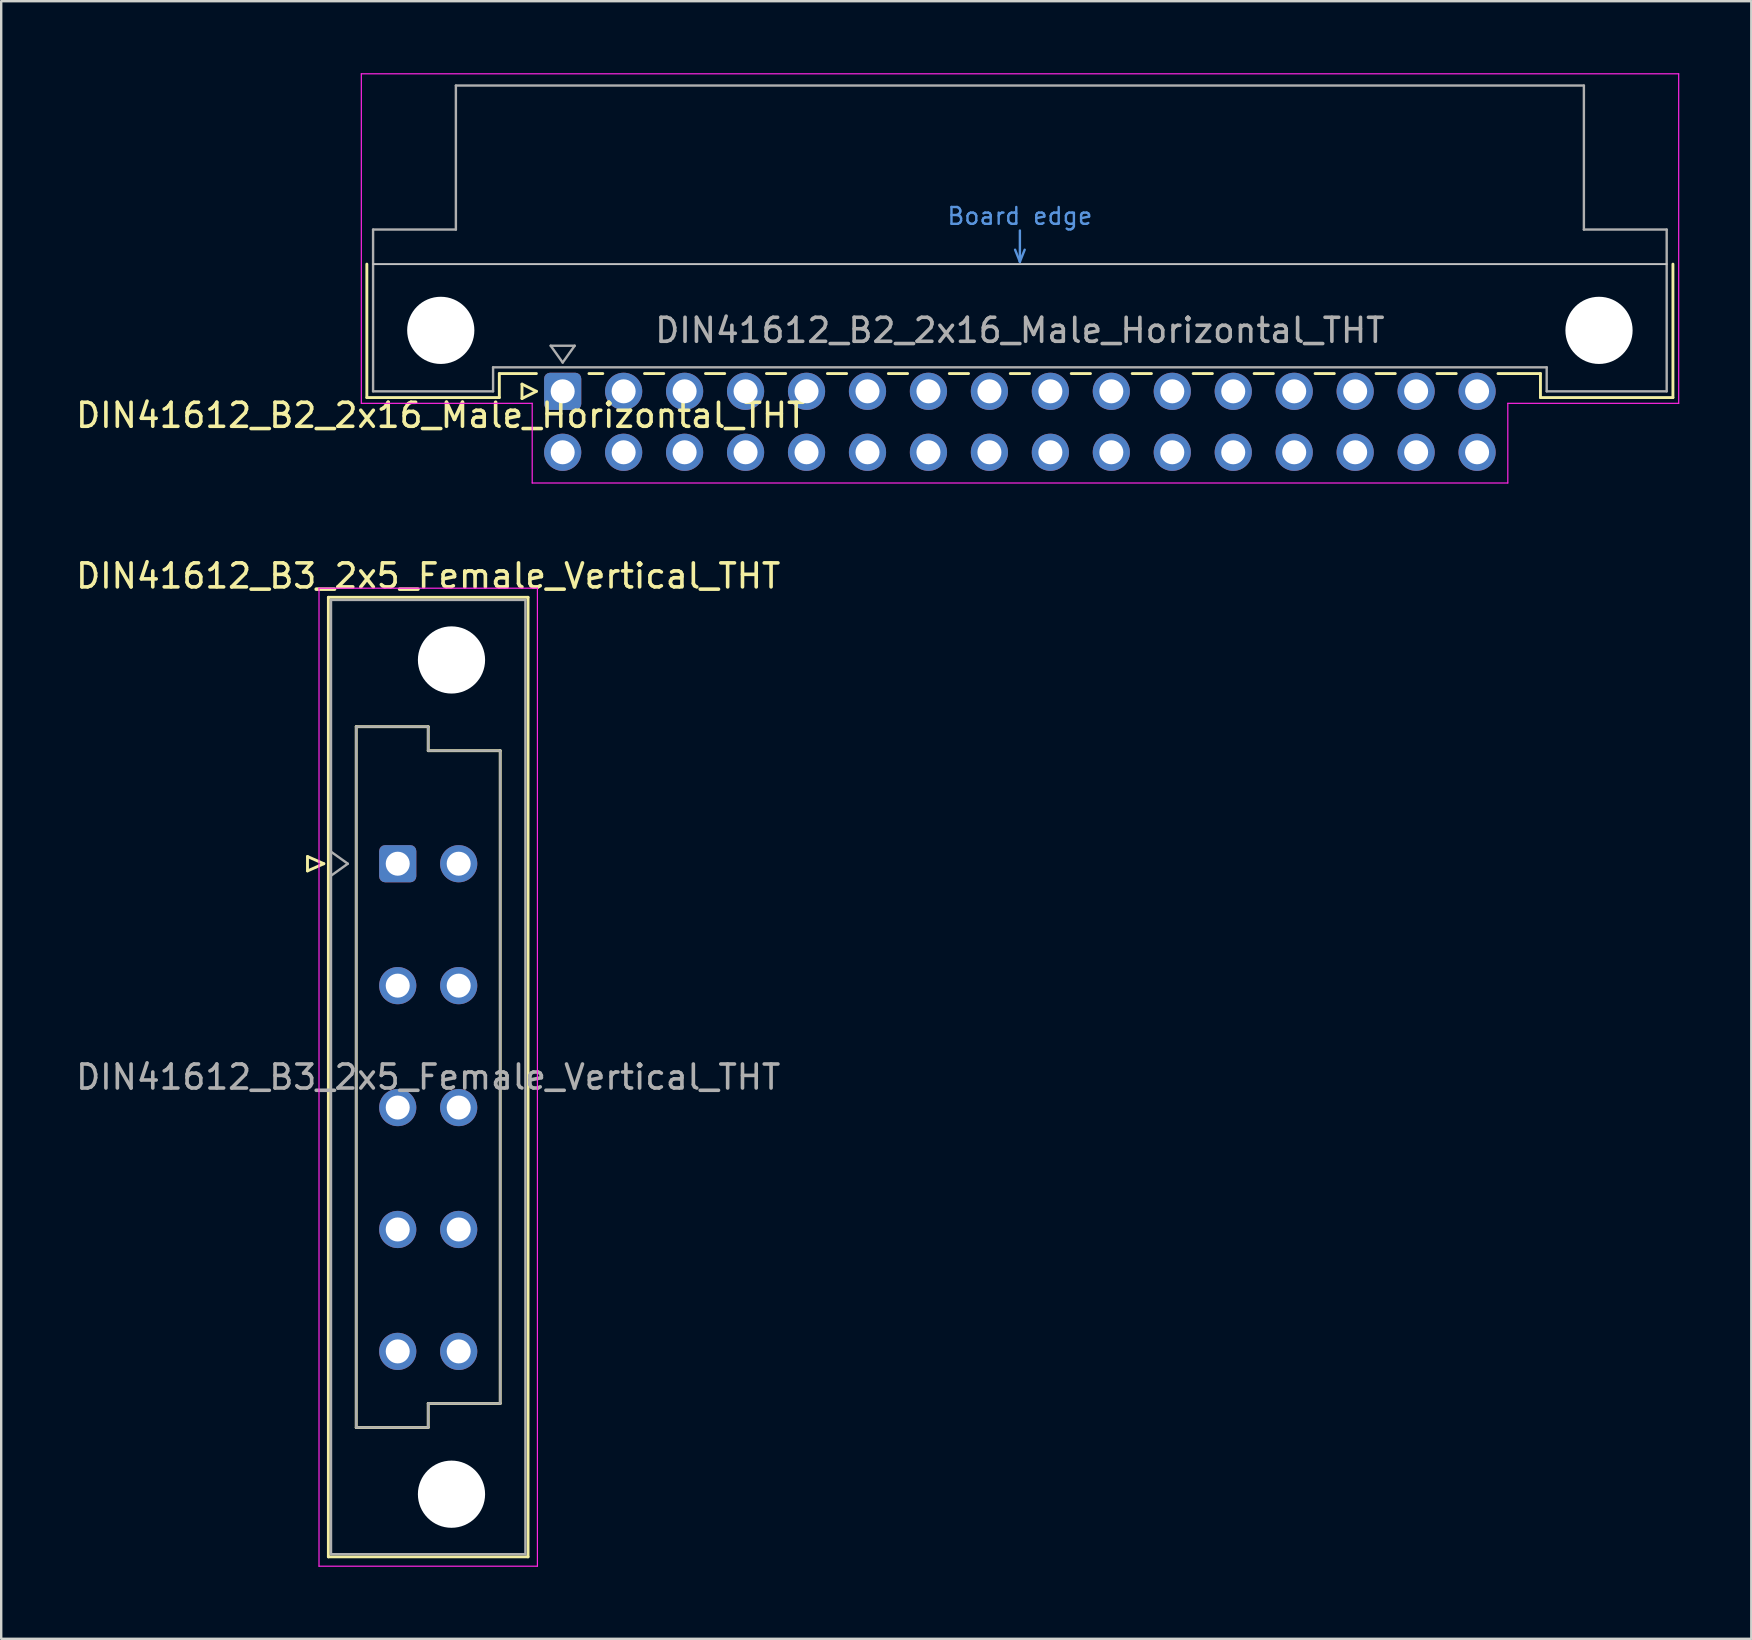
<source format=kicad_pcb>
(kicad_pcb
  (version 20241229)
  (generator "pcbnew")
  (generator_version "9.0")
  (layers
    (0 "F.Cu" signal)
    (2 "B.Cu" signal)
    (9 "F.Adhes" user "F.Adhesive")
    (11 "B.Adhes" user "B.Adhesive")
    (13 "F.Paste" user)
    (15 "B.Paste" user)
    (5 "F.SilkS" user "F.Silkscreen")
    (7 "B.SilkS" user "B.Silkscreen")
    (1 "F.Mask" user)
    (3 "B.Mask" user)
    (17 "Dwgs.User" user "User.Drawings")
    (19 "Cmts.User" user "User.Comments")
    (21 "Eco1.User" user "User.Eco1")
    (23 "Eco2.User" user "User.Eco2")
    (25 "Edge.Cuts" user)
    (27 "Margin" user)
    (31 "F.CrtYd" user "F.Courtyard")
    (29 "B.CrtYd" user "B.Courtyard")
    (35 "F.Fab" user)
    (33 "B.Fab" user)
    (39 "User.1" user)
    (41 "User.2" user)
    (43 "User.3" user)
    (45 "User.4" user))
  (footprint "DIN41612_B3_2x5_Female_Vertical_THT"
    (layer "F.Cu")
    (at 13.522 30.398)
    (property "Reference" "DIN41612_B3_2x5_Female_Vertical_THT" (at 1.27 -9.45 0) (layer "F.SilkS") (effects (font (size 1 1) (thickness 0.15))))
    (attr through_hole)
    (fp_line (start -3.76 2.24) (end -3.76 2.84) (stroke (width 0.12) (type solid)) (layer "F.SilkS"))
    (fp_line (start -3.76 2.84) (end -3.08 2.54) (stroke (width 0.12) (type solid)) (layer "F.SilkS"))
    (fp_line (start -3.08 2.54) (end -3.76 2.24) (stroke (width 0.12) (type solid)) (layer "F.SilkS"))
    (fp_line (start -2.89 -8.56) (end 5.43 -8.56) (stroke (width 0.12) (type solid)) (layer "F.SilkS"))
    (fp_line (start -2.89 31.42) (end -2.89 -8.56) (stroke (width 0.12) (type solid)) (layer "F.SilkS"))
    (fp_line (start -1.73 -3.17) (end 1.27 -3.17) (stroke (width 0.12) (type solid)) (layer "F.SilkS"))
    (fp_line (start -1.73 26.03) (end -1.73 -3.17) (stroke (width 0.12) (type solid)) (layer "F.SilkS"))
    (fp_line (start 1.27 -3.17) (end 1.27 -2.17) (stroke (width 0.12) (type solid)) (layer "F.SilkS"))
    (fp_line (start 1.27 -2.17) (end 4.27 -2.17) (stroke (width 0.12) (type solid)) (layer "F.SilkS"))
    (fp_line (start 1.27 25.03) (end 1.27 26.03) (stroke (width 0.12) (type solid)) (layer "F.SilkS"))
    (fp_line (start 1.27 26.03) (end -1.73 26.03) (stroke (width 0.12) (type solid)) (layer "F.SilkS"))
    (fp_line (start 4.27 -2.17) (end 4.27 25.03) (stroke (width 0.12) (type solid)) (layer "F.SilkS"))
    (fp_line (start 4.27 25.03) (end 1.27 25.03) (stroke (width 0.12) (type solid)) (layer "F.SilkS"))
    (fp_line (start 5.43 -8.56) (end 5.43 31.42) (stroke (width 0.12) (type solid)) (layer "F.SilkS"))
    (fp_line (start 5.43 31.42) (end -2.89 31.42) (stroke (width 0.12) (type solid)) (layer "F.SilkS"))
    (fp_line (start -3.28 -8.94) (end 5.82 -8.94) (stroke (width 0.05) (type solid)) (layer "F.CrtYd"))
    (fp_line (start -3.28 31.81) (end -3.28 -8.94) (stroke (width 0.05) (type solid)) (layer "F.CrtYd"))
    (fp_line (start 5.82 -8.94) (end 5.82 31.81) (stroke (width 0.05) (type solid)) (layer "F.CrtYd"))
    (fp_line (start 5.82 31.81) (end -3.28 31.81) (stroke (width 0.05) (type solid)) (layer "F.CrtYd"))
    (fp_line (start -2.78 -8.45) (end 5.32 -8.45) (stroke (width 0.1) (type solid)) (layer "F.Fab"))
    (fp_line (start -2.78 2.04) (end -2.08 2.54) (stroke (width 0.1) (type solid)) (layer "F.Fab"))
    (fp_line (start -2.78 31.31) (end -2.78 -8.45) (stroke (width 0.1) (type solid)) (layer "F.Fab"))
    (fp_line (start -2.08 2.54) (end -2.78 3.04) (stroke (width 0.1) (type solid)) (layer "F.Fab"))
    (fp_line (start -1.73 -3.17) (end 1.27 -3.17) (stroke (width 0.1) (type solid)) (layer "F.Fab"))
    (fp_line (start -1.73 26.03) (end -1.73 -3.17) (stroke (width 0.1) (type solid)) (layer "F.Fab"))
    (fp_line (start 1.27 -3.17) (end 1.27 -2.17) (stroke (width 0.1) (type solid)) (layer "F.Fab"))
    (fp_line (start 1.27 -2.17) (end 4.27 -2.17) (stroke (width 0.1) (type solid)) (layer "F.Fab"))
    (fp_line (start 1.27 25.03) (end 1.27 26.03) (stroke (width 0.1) (type solid)) (layer "F.Fab"))
    (fp_line (start 1.27 26.03) (end -1.73 26.03) (stroke (width 0.1) (type solid)) (layer "F.Fab"))
    (fp_line (start 4.27 -2.17) (end 4.27 25.03) (stroke (width 0.1) (type solid)) (layer "F.Fab"))
    (fp_line (start 4.27 25.03) (end 1.27 25.03) (stroke (width 0.1) (type solid)) (layer "F.Fab"))
    (fp_line (start 5.32 -8.45) (end 5.32 31.31) (stroke (width 0.1) (type solid)) (layer "F.Fab"))
    (fp_line (start 5.32 31.31) (end -2.78 31.31) (stroke (width 0.1) (type solid)) (layer "F.Fab"))
    (fp_text user "${REFERENCE}" (at 1.27 11.43 0) (layer "F.Fab") (effects (font (size 1 1) (thickness 0.15))))
    (pad "" np_thru_hole circle (at 2.24 -5.95) (size 2.8 2.8) (drill 2.8) (layers "*.Cu" "*.Mask"))
    (pad "" np_thru_hole circle (at 2.24 28.81) (size 2.8 2.8) (drill 2.8) (layers "*.Cu" "*.Mask"))
    (pad "a2" thru_hole roundrect (at 0 2.54) (size 1.55 1.55) (drill 1) (layers "*.Cu" "*.Mask") (roundrect_rratio 0.161))
    (pad "a4" thru_hole circle (at 0 7.62) (size 1.55 1.55) (drill 1) (layers "*.Cu" "*.Mask"))
    (pad "a6" thru_hole circle (at 0 12.7) (size 1.55 1.55) (drill 1) (layers "*.Cu" "*.Mask"))
    (pad "a8" thru_hole circle (at 0 17.78) (size 1.55 1.55) (drill 1) (layers "*.Cu" "*.Mask"))
    (pad "a10" thru_hole circle (at 0 22.86) (size 1.55 1.55) (drill 1) (layers "*.Cu" "*.Mask"))
    (pad "b2" thru_hole circle (at 2.54 2.54) (size 1.55 1.55) (drill 1) (layers "*.Cu" "*.Mask"))
    (pad "b4" thru_hole circle (at 2.54 7.62) (size 1.55 1.55) (drill 1) (layers "*.Cu" "*.Mask"))
    (pad "b6" thru_hole circle (at 2.54 12.7) (size 1.55 1.55) (drill 1) (layers "*.Cu" "*.Mask"))
    (pad "b8" thru_hole circle (at 2.54 17.78) (size 1.55 1.55) (drill 1) (layers "*.Cu" "*.Mask"))
    (pad "b10" thru_hole circle (at 2.54 22.86) (size 1.55 1.55) (drill 1) (layers "*.Cu" "*.Mask")))
  (footprint "DIN41612_B2_2x16_Male_Horizontal_THT"
    (layer "F.Cu")
    (at 20.395 13.255)
    (property "Reference" "DIN41612_B2_2x16_Male_Horizontal_THT" (at -5.08 1 0) (layer "F.SilkS") (effects (font (size 1 1) (thickness 0.15))))
    (attr through_hole)
    (fp_line (start -8.16 -5.3) (end -8.16 0.26) (stroke (width 0.12) (type solid)) (layer "F.SilkS"))
    (fp_line (start -8.16 0.26) (end -2.64 0.26) (stroke (width 0.12) (type solid)) (layer "F.SilkS"))
    (fp_line (start -2.64 -0.74) (end -1.095 -0.74) (stroke (width 0.12) (type solid)) (layer "F.SilkS"))
    (fp_line (start -2.64 0.26) (end -2.64 -0.74) (stroke (width 0.12) (type solid)) (layer "F.SilkS"))
    (fp_line (start -1.695 -0.3) (end -1.695 0.3) (stroke (width 0.12) (type solid)) (layer "F.SilkS"))
    (fp_line (start -1.695 0.3) (end -1.095 0) (stroke (width 0.12) (type solid)) (layer "F.SilkS"))
    (fp_line (start -1.095 0) (end -1.695 -0.3) (stroke (width 0.12) (type solid)) (layer "F.SilkS"))
    (fp_line (start 1.095 -0.74) (end 1.671 -0.74) (stroke (width 0.12) (type solid)) (layer "F.SilkS"))
    (fp_line (start 3.41 -0.74) (end 4.211 -0.74) (stroke (width 0.12) (type solid)) (layer "F.SilkS"))
    (fp_line (start 5.95 -0.74) (end 6.751 -0.74) (stroke (width 0.12) (type solid)) (layer "F.SilkS"))
    (fp_line (start 8.49 -0.74) (end 9.291 -0.74) (stroke (width 0.12) (type solid)) (layer "F.SilkS"))
    (fp_line (start 11.03 -0.74) (end 11.831 -0.74) (stroke (width 0.12) (type solid)) (layer "F.SilkS"))
    (fp_line (start 13.57 -0.74) (end 14.371 -0.74) (stroke (width 0.12) (type solid)) (layer "F.SilkS"))
    (fp_line (start 16.11 -0.74) (end 16.911 -0.74) (stroke (width 0.12) (type solid)) (layer "F.SilkS"))
    (fp_line (start 18.65 -0.74) (end 19.451 -0.74) (stroke (width 0.12) (type solid)) (layer "F.SilkS"))
    (fp_line (start 21.19 -0.74) (end 21.991 -0.74) (stroke (width 0.12) (type solid)) (layer "F.SilkS"))
    (fp_line (start 23.73 -0.74) (end 24.531 -0.74) (stroke (width 0.12) (type solid)) (layer "F.SilkS"))
    (fp_line (start 26.27 -0.74) (end 27.071 -0.74) (stroke (width 0.12) (type solid)) (layer "F.SilkS"))
    (fp_line (start 28.81 -0.74) (end 29.611 -0.74) (stroke (width 0.12) (type solid)) (layer "F.SilkS"))
    (fp_line (start 31.35 -0.74) (end 32.151 -0.74) (stroke (width 0.12) (type solid)) (layer "F.SilkS"))
    (fp_line (start 33.89 -0.74) (end 34.691 -0.74) (stroke (width 0.12) (type solid)) (layer "F.SilkS"))
    (fp_line (start 36.43 -0.74) (end 37.231 -0.74) (stroke (width 0.12) (type solid)) (layer "F.SilkS"))
    (fp_line (start 38.97 -0.74) (end 40.74 -0.74) (stroke (width 0.12) (type solid)) (layer "F.SilkS"))
    (fp_line (start 40.74 0.26) (end 40.74 -0.74) (stroke (width 0.12) (type solid)) (layer "F.SilkS"))
    (fp_line (start 46.26 -5.3) (end 46.26 0.26) (stroke (width 0.12) (type solid)) (layer "F.SilkS"))
    (fp_line (start 46.26 0.26) (end 40.74 0.26) (stroke (width 0.12) (type solid)) (layer "F.SilkS"))
    (fp_line (start -7.9 -5.3) (end 46 -5.3) (stroke (width 0.08) (type solid)) (layer "Dwgs.User"))
    (fp_line (start 18.85 -5.9) (end 19.05 -5.4) (stroke (width 0.1) (type solid)) (layer "Cmts.User"))
    (fp_line (start 19.05 -5.4) (end 19.05 -6.7) (stroke (width 0.1) (type solid)) (layer "Cmts.User"))
    (fp_line (start 19.05 -5.4) (end 19.25 -5.9) (stroke (width 0.1) (type solid)) (layer "Cmts.User"))
    (fp_line (start -8.39 -13.23) (end -8.39 0.5) (stroke (width 0.05) (type solid)) (layer "F.CrtYd"))
    (fp_line (start -8.39 0.5) (end -1.27 0.5) (stroke (width 0.05) (type solid)) (layer "F.CrtYd"))
    (fp_line (start -1.27 0.5) (end -1.27 3.82) (stroke (width 0.05) (type solid)) (layer "F.CrtYd"))
    (fp_line (start -1.27 3.82) (end 39.38 3.82) (stroke (width 0.05) (type solid)) (layer "F.CrtYd"))
    (fp_line (start 39.38 0.5) (end 46.5 0.5) (stroke (width 0.05) (type solid)) (layer "F.CrtYd"))
    (fp_line (start 39.38 3.82) (end 39.38 0.5) (stroke (width 0.05) (type solid)) (layer "F.CrtYd"))
    (fp_line (start 46.5 -13.23) (end -8.39 -13.23) (stroke (width 0.05) (type solid)) (layer "F.CrtYd"))
    (fp_line (start 46.5 0.5) (end 46.5 -13.23) (stroke (width 0.05) (type solid)) (layer "F.CrtYd"))
    (fp_line (start -7.9 -6.74) (end -7.9 0) (stroke (width 0.1) (type solid)) (layer "F.Fab"))
    (fp_line (start -7.9 0) (end -2.9 0) (stroke (width 0.1) (type solid)) (layer "F.Fab"))
    (fp_line (start -4.45 -12.74) (end -4.45 -6.74) (stroke (width 0.1) (type solid)) (layer "F.Fab"))
    (fp_line (start -4.45 -6.74) (end -7.9 -6.74) (stroke (width 0.1) (type solid)) (layer "F.Fab"))
    (fp_line (start -2.9 -1) (end 41 -1) (stroke (width 0.1) (type solid)) (layer "F.Fab"))
    (fp_line (start -2.9 0) (end -2.9 -1) (stroke (width 0.1) (type solid)) (layer "F.Fab"))
    (fp_line (start -0.5 -1.9) (end 0.5 -1.9) (stroke (width 0.1) (type solid)) (layer "F.Fab"))
    (fp_line (start 0 -1.2) (end -0.5 -1.9) (stroke (width 0.1) (type solid)) (layer "F.Fab"))
    (fp_line (start 0.5 -1.9) (end 0 -1.2) (stroke (width 0.1) (type solid)) (layer "F.Fab"))
    (fp_line (start 41 -1) (end 41 0) (stroke (width 0.1) (type solid)) (layer "F.Fab"))
    (fp_line (start 41 0) (end 46 0) (stroke (width 0.1) (type solid)) (layer "F.Fab"))
    (fp_line (start 42.55 -12.74) (end -4.45 -12.74) (stroke (width 0.1) (type solid)) (layer "F.Fab"))
    (fp_line (start 42.55 -6.74) (end 42.55 -12.74) (stroke (width 0.1) (type solid)) (layer "F.Fab"))
    (fp_line (start 46 -6.74) (end 42.55 -6.74) (stroke (width 0.1) (type solid)) (layer "F.Fab"))
    (fp_line (start 46 0) (end 46 -6.74) (stroke (width 0.1) (type solid)) (layer "F.Fab"))
    (fp_text user "Board edge" (at 19.05 -7.3 0) (layer "Cmts.User") (effects (font (size 0.7 0.7) (thickness 0.1))))
    (fp_text user "${REFERENCE}" (at 19.05 -2.54 0) (layer "F.Fab") (effects (font (size 1 1) (thickness 0.15))))
    (pad "" np_thru_hole circle (at -5.08 -2.54) (size 2.8 2.8) (drill 2.8) (layers "*.Cu" "*.Mask"))
    (pad "" np_thru_hole circle (at 43.18 -2.54) (size 2.8 2.8) (drill 2.8) (layers "*.Cu" "*.Mask"))
    (pad "a1" thru_hole roundrect (at 0 0) (size 1.55 1.55) (drill 1) (layers "*.Cu" "*.Mask") (roundrect_rratio 0.161))
    (pad "a2" thru_hole circle (at 2.54 0) (size 1.55 1.55) (drill 1) (layers "*.Cu" "*.Mask"))
    (pad "a3" thru_hole circle (at 5.08 0) (size 1.55 1.55) (drill 1) (layers "*.Cu" "*.Mask"))
    (pad "a4" thru_hole circle (at 7.62 0) (size 1.55 1.55) (drill 1) (layers "*.Cu" "*.Mask"))
    (pad "a5" thru_hole circle (at 10.16 0) (size 1.55 1.55) (drill 1) (layers "*.Cu" "*.Mask"))
    (pad "a6" thru_hole circle (at 12.7 0) (size 1.55 1.55) (drill 1) (layers "*.Cu" "*.Mask"))
    (pad "a7" thru_hole circle (at 15.24 0) (size 1.55 1.55) (drill 1) (layers "*.Cu" "*.Mask"))
    (pad "a8" thru_hole circle (at 17.78 0) (size 1.55 1.55) (drill 1) (layers "*.Cu" "*.Mask"))
    (pad "a9" thru_hole circle (at 20.32 0) (size 1.55 1.55) (drill 1) (layers "*.Cu" "*.Mask"))
    (pad "a10" thru_hole circle (at 22.86 0) (size 1.55 1.55) (drill 1) (layers "*.Cu" "*.Mask"))
    (pad "a11" thru_hole circle (at 25.4 0) (size 1.55 1.55) (drill 1) (layers "*.Cu" "*.Mask"))
    (pad "a12" thru_hole circle (at 27.94 0) (size 1.55 1.55) (drill 1) (layers "*.Cu" "*.Mask"))
    (pad "a13" thru_hole circle (at 30.48 0) (size 1.55 1.55) (drill 1) (layers "*.Cu" "*.Mask"))
    (pad "a14" thru_hole circle (at 33.02 0) (size 1.55 1.55) (drill 1) (layers "*.Cu" "*.Mask"))
    (pad "a15" thru_hole circle (at 35.56 0) (size 1.55 1.55) (drill 1) (layers "*.Cu" "*.Mask"))
    (pad "a16" thru_hole circle (at 38.1 0) (size 1.55 1.55) (drill 1) (layers "*.Cu" "*.Mask"))
    (pad "b1" thru_hole circle (at 0 2.54) (size 1.55 1.55) (drill 1) (layers "*.Cu" "*.Mask"))
    (pad "b2" thru_hole circle (at 2.54 2.54) (size 1.55 1.55) (drill 1) (layers "*.Cu" "*.Mask"))
    (pad "b3" thru_hole circle (at 5.08 2.54) (size 1.55 1.55) (drill 1) (layers "*.Cu" "*.Mask"))
    (pad "b4" thru_hole circle (at 7.62 2.54) (size 1.55 1.55) (drill 1) (layers "*.Cu" "*.Mask"))
    (pad "b5" thru_hole circle (at 10.16 2.54) (size 1.55 1.55) (drill 1) (layers "*.Cu" "*.Mask"))
    (pad "b6" thru_hole circle (at 12.7 2.54) (size 1.55 1.55) (drill 1) (layers "*.Cu" "*.Mask"))
    (pad "b7" thru_hole circle (at 15.24 2.54) (size 1.55 1.55) (drill 1) (layers "*.Cu" "*.Mask"))
    (pad "b8" thru_hole circle (at 17.78 2.54) (size 1.55 1.55) (drill 1) (layers "*.Cu" "*.Mask"))
    (pad "b9" thru_hole circle (at 20.32 2.54) (size 1.55 1.55) (drill 1) (layers "*.Cu" "*.Mask"))
    (pad "b10" thru_hole circle (at 22.86 2.54) (size 1.55 1.55) (drill 1) (layers "*.Cu" "*.Mask"))
    (pad "b11" thru_hole circle (at 25.4 2.54) (size 1.55 1.55) (drill 1) (layers "*.Cu" "*.Mask"))
    (pad "b12" thru_hole circle (at 27.94 2.54) (size 1.55 1.55) (drill 1) (layers "*.Cu" "*.Mask"))
    (pad "b13" thru_hole circle (at 30.48 2.54) (size 1.55 1.55) (drill 1) (layers "*.Cu" "*.Mask"))
    (pad "b14" thru_hole circle (at 33.02 2.54) (size 1.55 1.55) (drill 1) (layers "*.Cu" "*.Mask"))
    (pad "b15" thru_hole circle (at 35.56 2.54) (size 1.55 1.55) (drill 1) (layers "*.Cu" "*.Mask"))
    (pad "b16" thru_hole circle (at 38.1 2.54) (size 1.55 1.55) (drill 1) (layers "*.Cu" "*.Mask")))
  (gr_rect
    (start -3 -3)
    (end 69.92 65.233)
    (stroke (width 0.1) (type default))
    (fill no)
    (layer "Edge.Cuts")))
</source>
